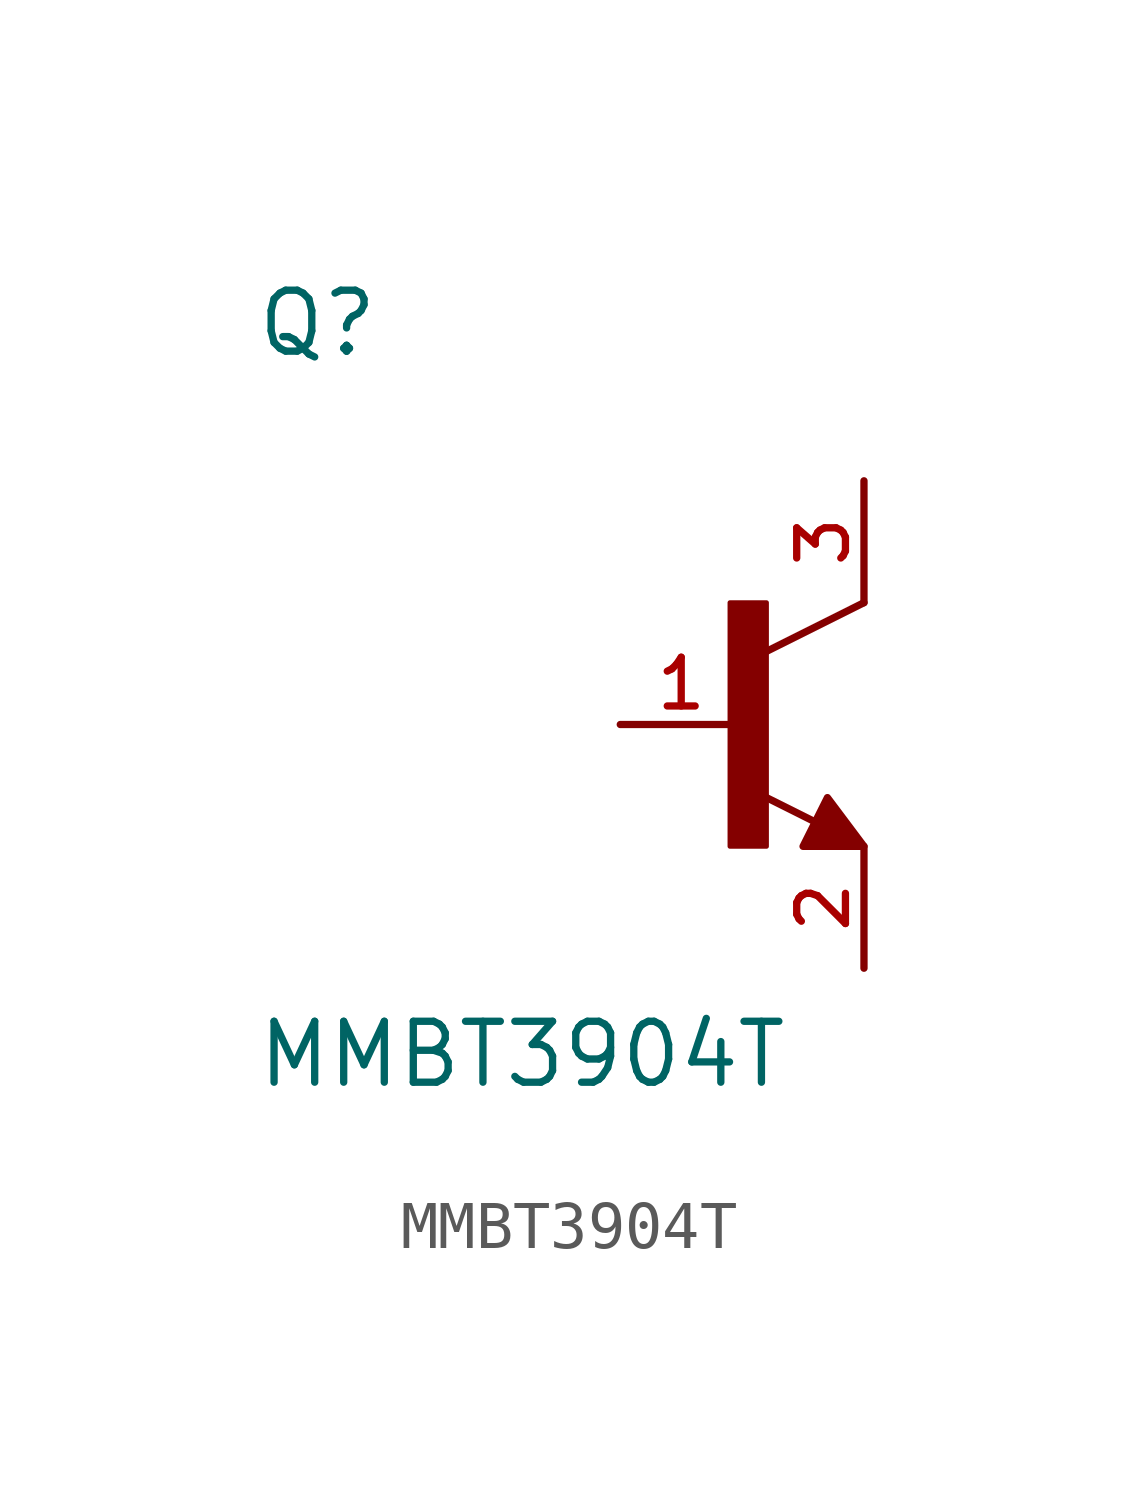
<source format=kicad_sym>
(kicad_symbol_lib
  (version 20211014)
  (generator kicad_symbol_editor)
  (symbol "MMBT3904T"
    (pin_names
      (offset 1.016))
    (property "Reference" "Q"
      (at -10.16 7.62 0)
      (effects (font (size 1.27 1.27)) (justify bottom left)))
    (property "Value" "MMBT3904T"
      (at -10.16 -7.62 0)
      (effects (font (size 1.27 1.27)) (justify bottom left)))
    (symbol "MMBT3904T_0_0"
      (polyline (pts (xy 2.54 2.54) (xy 0.508 1.524)) (stroke (width 0.152)))
      (polyline (pts (xy 1.54 -2.04) (xy 0.308 -1.424)) (stroke (width 0.152)))
      (rectangle (start -0.254 -2.54) (end 0.508 2.54) (stroke (width 0.1)) (fill (type outline)))
      (polyline (pts (xy 1.27 -2.54) (xy 1.778 -1.524) (xy 2.54 -2.54) (xy 1.27 -2.54)) (stroke (width 0.152)) (fill (type outline)))
      (pin passive line (at -2.54 0.0 0) (length 2.54) (name "~" (effects (font (size 1.016 1.016)))) (number "1" (effects (font (size 1.016 1.016)))))
      (pin passive line (at 2.54 -5.08 90.0) (length 2.54) (name "~" (effects (font (size 1.016 1.016)))) (number "2" (effects (font (size 1.016 1.016)))))
      (pin passive line (at 2.54 5.08 270.0) (length 2.54) (name "~" (effects (font (size 1.016 1.016)))) (number "3" (effects (font (size 1.016 1.016))))))))
</source>
